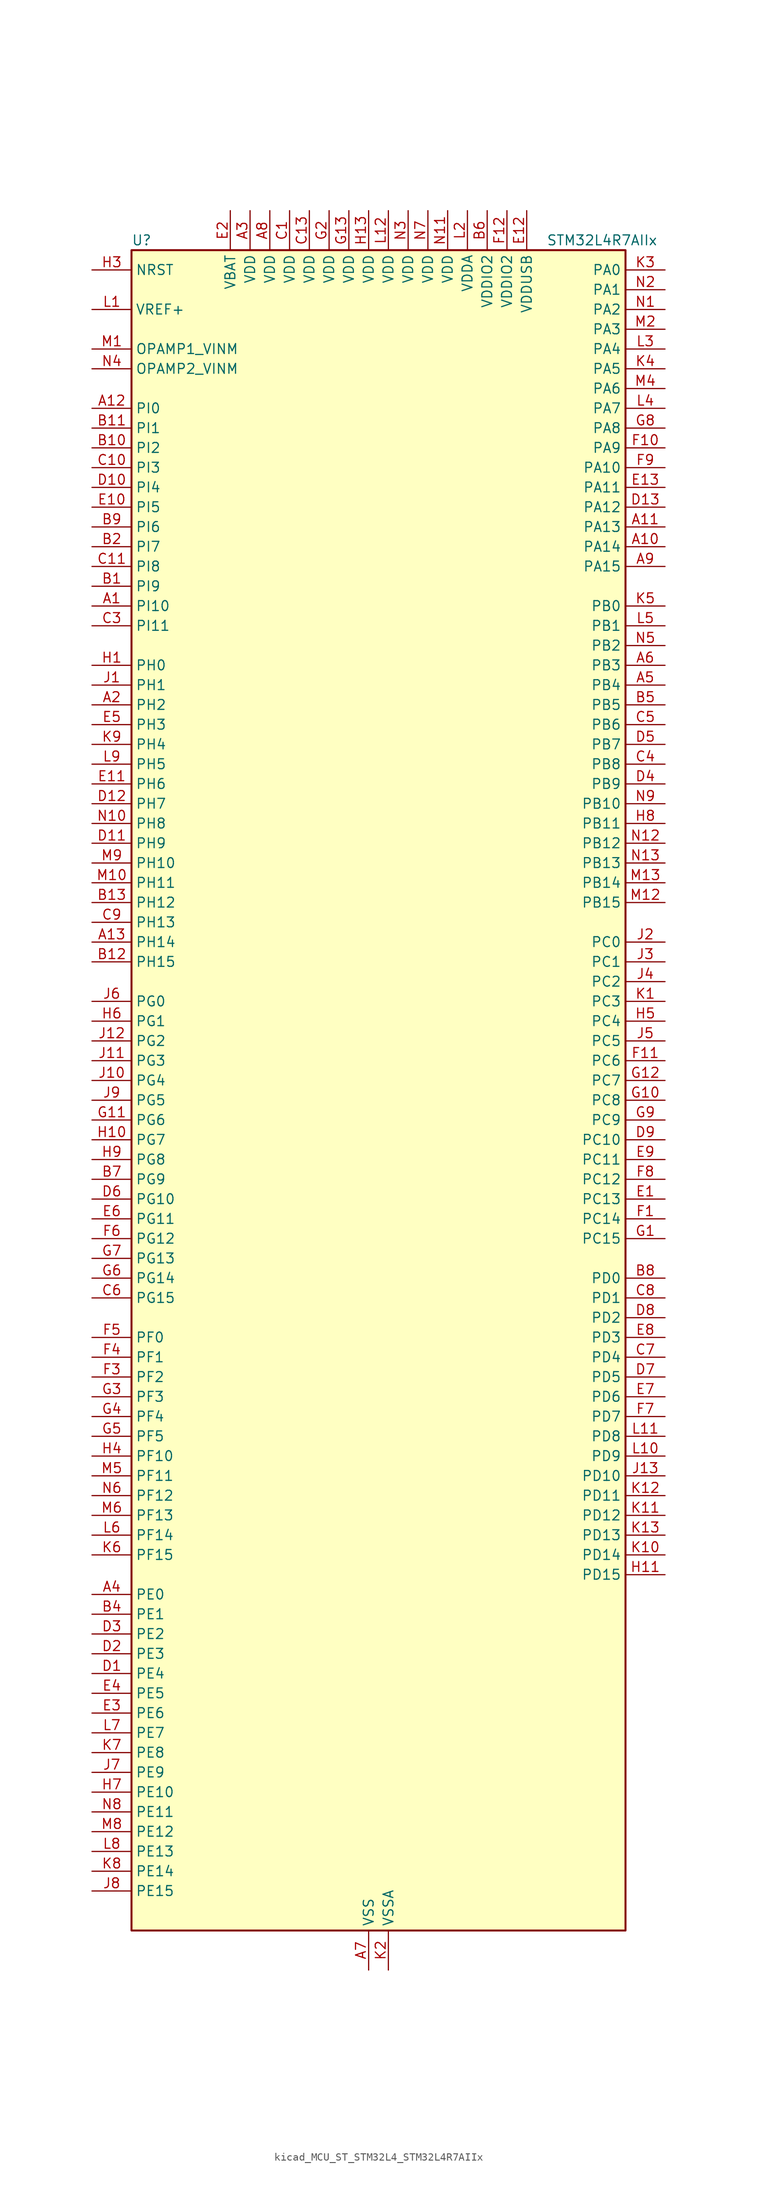
<source format=kicad_sym>
(kicad_symbol_lib
  (version 20220914)
  (generator kicad_symbol_editor)
  (symbol "kicad_MCU_ST_STM32L4_STM32L4R7AIIx"
    (property "Reference" "U"
      (at -30.48 110.49 0)
      (effects (font (size 1.27 1.27)) (justify left)))
    (property "Value" "STM32L4R7AIIx"
      (at 22.86 110.49 0)
      (effects (font (size 1.27 1.27)) (justify left)))
    (property "ki_locked" ""
      (at 0 0 0)
      (effects (font (size 1.27 1.27))))
    (symbol "kicad_MCU_ST_STM32L4_STM32L4R7AIIx_0_1"
      (rectangle (start -30.48 -106.68) (end 33.02 109.22) (stroke (width 0.254) (type default)) (fill (type background))))
    (symbol "kicad_MCU_ST_STM32L4_STM32L4R7AIIx_1_1"
      (pin bidirectional line (at -35.56 63.5 0) (length 5.08) (name "PI10" (effects (font (size 1.27 1.27)))) (number "A1" (effects (font (size 1.27 1.27)))) (alternate "OCTOSPIM_P2_IO1" bidirectional line))
      (pin bidirectional line (at 38.1 71.12 180) (length 5.08) (name "PA14" (effects (font (size 1.27 1.27)))) (number "A10" (effects (font (size 1.27 1.27)))) (alternate "I2C1_SMBA" bidirectional line) (alternate "I2C4_SMBA" bidirectional line) (alternate "LPTIM1_OUT" bidirectional line) (alternate "SAI1_FS_B" bidirectional line) (alternate "SYS_JTCK-SWCLK" bidirectional line) (alternate "USB_OTG_FS_SOF" bidirectional line))
      (pin bidirectional line (at 38.1 73.66 180) (length 5.08) (name "PA13" (effects (font (size 1.27 1.27)))) (number "A11" (effects (font (size 1.27 1.27)))) (alternate "IR_OUT" bidirectional line) (alternate "SAI1_SD_B" bidirectional line) (alternate "SYS_JTMS-SWDIO" bidirectional line) (alternate "USB_OTG_FS_NOE" bidirectional line))
      (pin bidirectional line (at -35.56 88.9 0) (length 5.08) (name "PI0" (effects (font (size 1.27 1.27)))) (number "A12" (effects (font (size 1.27 1.27)))) (alternate "DCMI_D13" bidirectional line) (alternate "OCTOSPIM_P1_IO5" bidirectional line) (alternate "SPI2_NSS" bidirectional line) (alternate "TIM5_CH4" bidirectional line))
      (pin bidirectional line (at -35.56 20.32 0) (length 5.08) (name "PH14" (effects (font (size 1.27 1.27)))) (number "A13" (effects (font (size 1.27 1.27)))) (alternate "DCMI_D4" bidirectional line) (alternate "TIM8_CH2N" bidirectional line))
      (pin bidirectional line (at -35.56 50.8 0) (length 5.08) (name "PH2" (effects (font (size 1.27 1.27)))) (number "A2" (effects (font (size 1.27 1.27)))) (alternate "OCTOSPIM_P1_IO4" bidirectional line))
      (pin power_in line (at -15.24 114.3 270) (length 5.08) (name "VDD" (effects (font (size 1.27 1.27)))) (number "A3" (effects (font (size 1.27 1.27)))))
      (pin bidirectional line (at -35.56 -63.5 0) (length 5.08) (name "PE0" (effects (font (size 1.27 1.27)))) (number "A4" (effects (font (size 1.27 1.27)))) (alternate "DCMI_D2" bidirectional line) (alternate "FMC_NBL0" bidirectional line) (alternate "LTDC_HSYNC" bidirectional line) (alternate "TIM16_CH1" bidirectional line) (alternate "TIM4_ETR" bidirectional line))
      (pin bidirectional line (at 38.1 53.34 180) (length 5.08) (name "PB4" (effects (font (size 1.27 1.27)))) (number "A5" (effects (font (size 1.27 1.27)))) (alternate "COMP2_INP" bidirectional line) (alternate "DCMI_D12" bidirectional line) (alternate "I2C3_SDA" bidirectional line) (alternate "SAI1_MCLK_B" bidirectional line) (alternate "SPI1_MISO" bidirectional line) (alternate "SPI3_MISO" bidirectional line) (alternate "SYS_JTRST" bidirectional line) (alternate "TIM17_BKIN" bidirectional line) (alternate "TIM3_CH1" bidirectional line) (alternate "TSC_G2_IO1" bidirectional line) (alternate "UART5_DE" bidirectional line) (alternate "UART5_RTS" bidirectional line) (alternate "USART1_CTS" bidirectional line) (alternate "USART1_NSS" bidirectional line))
      (pin bidirectional line (at 38.1 55.88 180) (length 5.08) (name "PB3" (effects (font (size 1.27 1.27)))) (number "A6" (effects (font (size 1.27 1.27)))) (alternate "COMP2_INM" bidirectional line) (alternate "CRS_SYNC" bidirectional line) (alternate "SAI1_SCK_B" bidirectional line) (alternate "SPI1_SCK" bidirectional line) (alternate "SPI3_SCK" bidirectional line) (alternate "SYS_JTDO-SWO" bidirectional line) (alternate "TIM2_CH2" bidirectional line) (alternate "USART1_DE" bidirectional line) (alternate "USART1_RTS" bidirectional line))
      (pin power_in line (at 0 -111.76 90) (length 5.08) (name "VSS" (effects (font (size 1.27 1.27)))) (number "A7" (effects (font (size 1.27 1.27)))))
      (pin power_in line (at -12.7 114.3 270) (length 5.08) (name "VDD" (effects (font (size 1.27 1.27)))) (number "A8" (effects (font (size 1.27 1.27)))))
      (pin bidirectional line (at 38.1 68.58 180) (length 5.08) (name "PA15" (effects (font (size 1.27 1.27)))) (number "A9" (effects (font (size 1.27 1.27)))) (alternate "ADC1_EXTI15" bidirectional line) (alternate "SAI2_FS_B" bidirectional line) (alternate "SPI1_NSS" bidirectional line) (alternate "SPI3_NSS" bidirectional line) (alternate "SYS_JTDI" bidirectional line) (alternate "TIM2_CH1" bidirectional line) (alternate "TIM2_ETR" bidirectional line) (alternate "TSC_G3_IO1" bidirectional line) (alternate "UART4_DE" bidirectional line) (alternate "UART4_RTS" bidirectional line) (alternate "USART2_RX" bidirectional line) (alternate "USART3_DE" bidirectional line) (alternate "USART3_RTS" bidirectional line))
      (pin bidirectional line (at -35.56 66.04 0) (length 5.08) (name "PI9" (effects (font (size 1.27 1.27)))) (number "B1" (effects (font (size 1.27 1.27)))) (alternate "CAN1_RX" bidirectional line) (alternate "DAC1_EXTI9" bidirectional line) (alternate "OCTOSPIM_P2_IO2" bidirectional line))
      (pin bidirectional line (at -35.56 83.82 0) (length 5.08) (name "PI2" (effects (font (size 1.27 1.27)))) (number "B10" (effects (font (size 1.27 1.27)))) (alternate "DCMI_D9" bidirectional line) (alternate "SPI2_MISO" bidirectional line) (alternate "TIM8_CH4" bidirectional line))
      (pin bidirectional line (at -35.56 86.36 0) (length 5.08) (name "PI1" (effects (font (size 1.27 1.27)))) (number "B11" (effects (font (size 1.27 1.27)))) (alternate "DCMI_D8" bidirectional line) (alternate "SPI2_SCK" bidirectional line))
      (pin bidirectional line (at -35.56 17.78 0) (length 5.08) (name "PH15" (effects (font (size 1.27 1.27)))) (number "B12" (effects (font (size 1.27 1.27)))) (alternate "ADC1_EXTI15" bidirectional line) (alternate "DCMI_D11" bidirectional line) (alternate "OCTOSPIM_P2_IO6" bidirectional line) (alternate "TIM8_CH3N" bidirectional line))
      (pin bidirectional line (at -35.56 25.4 0) (length 5.08) (name "PH12" (effects (font (size 1.27 1.27)))) (number "B13" (effects (font (size 1.27 1.27)))) (alternate "DCMI_D3" bidirectional line) (alternate "OCTOSPIM_P2_IO7" bidirectional line) (alternate "TIM5_CH3" bidirectional line))
      (pin bidirectional line (at -35.56 71.12 0) (length 5.08) (name "PI7" (effects (font (size 1.27 1.27)))) (number "B2" (effects (font (size 1.27 1.27)))) (alternate "DCMI_D7" bidirectional line) (alternate "TIM8_CH3" bidirectional line))
      (pin passive line (at 0 -111.76 90) (length 5.08) hide (name "VSS" (effects (font (size 1.27 1.27)))) (number "B3" (effects (font (size 1.27 1.27)))))
      (pin bidirectional line (at -35.56 -66.04 0) (length 5.08) (name "PE1" (effects (font (size 1.27 1.27)))) (number "B4" (effects (font (size 1.27 1.27)))) (alternate "DCMI_D3" bidirectional line) (alternate "FMC_NBL1" bidirectional line) (alternate "LTDC_VSYNC" bidirectional line) (alternate "TIM17_CH1" bidirectional line))
      (pin bidirectional line (at 38.1 50.8 180) (length 5.08) (name "PB5" (effects (font (size 1.27 1.27)))) (number "B5" (effects (font (size 1.27 1.27)))) (alternate "COMP2_OUT" bidirectional line) (alternate "DCMI_D10" bidirectional line) (alternate "I2C1_SMBA" bidirectional line) (alternate "LPTIM1_IN1" bidirectional line) (alternate "SAI1_SD_B" bidirectional line) (alternate "SPI1_MOSI" bidirectional line) (alternate "SPI3_MOSI" bidirectional line) (alternate "TIM16_BKIN" bidirectional line) (alternate "TIM3_CH2" bidirectional line) (alternate "TSC_G2_IO2" bidirectional line) (alternate "UART5_CTS" bidirectional line) (alternate "USART1_CK" bidirectional line))
      (pin power_in line (at 15.24 114.3 270) (length 5.08) (name "VDDIO2" (effects (font (size 1.27 1.27)))) (number "B6" (effects (font (size 1.27 1.27)))))
      (pin bidirectional line (at -35.56 -10.16 0) (length 5.08) (name "PG9" (effects (font (size 1.27 1.27)))) (number "B7" (effects (font (size 1.27 1.27)))) (alternate "DAC1_EXTI9" bidirectional line) (alternate "FMC_NCE" bidirectional line) (alternate "FMC_NE2" bidirectional line) (alternate "OCTOSPIM_P2_IO6" bidirectional line) (alternate "SAI2_SCK_A" bidirectional line) (alternate "SPI3_SCK" bidirectional line) (alternate "TIM15_CH1N" bidirectional line) (alternate "USART1_TX" bidirectional line))
      (pin bidirectional line (at 38.1 -22.86 180) (length 5.08) (name "PD0" (effects (font (size 1.27 1.27)))) (number "B8" (effects (font (size 1.27 1.27)))) (alternate "CAN1_RX" bidirectional line) (alternate "DFSDM1_DATIN7" bidirectional line) (alternate "FMC_D2" bidirectional line) (alternate "FMC_DA2" bidirectional line) (alternate "LTDC_B4" bidirectional line) (alternate "SPI2_NSS" bidirectional line))
      (pin bidirectional line (at -35.56 73.66 0) (length 5.08) (name "PI6" (effects (font (size 1.27 1.27)))) (number "B9" (effects (font (size 1.27 1.27)))) (alternate "DCMI_D6" bidirectional line) (alternate "OCTOSPIM_P2_CLK" bidirectional line) (alternate "TIM8_CH2" bidirectional line))
      (pin power_in line (at -10.16 114.3 270) (length 5.08) (name "VDD" (effects (font (size 1.27 1.27)))) (number "C1" (effects (font (size 1.27 1.27)))))
      (pin bidirectional line (at -35.56 81.28 0) (length 5.08) (name "PI3" (effects (font (size 1.27 1.27)))) (number "C10" (effects (font (size 1.27 1.27)))) (alternate "DCMI_D10" bidirectional line) (alternate "SPI2_MOSI" bidirectional line) (alternate "TIM8_ETR" bidirectional line))
      (pin bidirectional line (at -35.56 68.58 0) (length 5.08) (name "PI8" (effects (font (size 1.27 1.27)))) (number "C11" (effects (font (size 1.27 1.27)))) (alternate "DCMI_D12" bidirectional line) (alternate "OCTOSPIM_P2_NCS" bidirectional line))
      (pin passive line (at 0 -111.76 90) (length 5.08) hide (name "VSS" (effects (font (size 1.27 1.27)))) (number "C12" (effects (font (size 1.27 1.27)))))
      (pin power_in line (at -7.62 114.3 270) (length 5.08) (name "VDD" (effects (font (size 1.27 1.27)))) (number "C13" (effects (font (size 1.27 1.27)))))
      (pin passive line (at 0 -111.76 90) (length 5.08) hide (name "VSS" (effects (font (size 1.27 1.27)))) (number "C2" (effects (font (size 1.27 1.27)))))
      (pin bidirectional line (at -35.56 60.96 0) (length 5.08) (name "PI11" (effects (font (size 1.27 1.27)))) (number "C3" (effects (font (size 1.27 1.27)))) (alternate "ADC1_EXTI11" bidirectional line) (alternate "OCTOSPIM_P2_IO0" bidirectional line))
      (pin bidirectional line (at 38.1 43.18 180) (length 5.08) (name "PB8" (effects (font (size 1.27 1.27)))) (number "C4" (effects (font (size 1.27 1.27)))) (alternate "CAN1_RX" bidirectional line) (alternate "DCMI_D6" bidirectional line) (alternate "DFSDM1_CKOUT" bidirectional line) (alternate "DFSDM1_DATIN6" bidirectional line) (alternate "I2C1_SCL" bidirectional line) (alternate "LTDC_B1" bidirectional line) (alternate "SAI1_CK1" bidirectional line) (alternate "SAI1_MCLK_A" bidirectional line) (alternate "SDMMC1_CKIN" bidirectional line) (alternate "SDMMC1_D4" bidirectional line) (alternate "TIM16_CH1" bidirectional line) (alternate "TIM4_CH3" bidirectional line))
      (pin bidirectional line (at 38.1 48.26 180) (length 5.08) (name "PB6" (effects (font (size 1.27 1.27)))) (number "C5" (effects (font (size 1.27 1.27)))) (alternate "COMP2_INP" bidirectional line) (alternate "DCMI_D5" bidirectional line) (alternate "DFSDM1_DATIN5" bidirectional line) (alternate "I2C1_SCL" bidirectional line) (alternate "I2C4_SCL" bidirectional line) (alternate "LPTIM1_ETR" bidirectional line) (alternate "SAI1_FS_B" bidirectional line) (alternate "TIM16_CH1N" bidirectional line) (alternate "TIM4_CH1" bidirectional line) (alternate "TIM8_BKIN2" bidirectional line) (alternate "TSC_G2_IO3" bidirectional line) (alternate "USART1_TX" bidirectional line))
      (pin bidirectional line (at -35.56 -25.4 0) (length 5.08) (name "PG15" (effects (font (size 1.27 1.27)))) (number "C6" (effects (font (size 1.27 1.27)))) (alternate "ADC1_EXTI15" bidirectional line) (alternate "DCMI_D13" bidirectional line) (alternate "I2C1_SMBA" bidirectional line) (alternate "LPTIM1_OUT" bidirectional line) (alternate "OCTOSPIM_P2_DQS" bidirectional line))
      (pin bidirectional line (at 38.1 -33.02 180) (length 5.08) (name "PD4" (effects (font (size 1.27 1.27)))) (number "C7" (effects (font (size 1.27 1.27)))) (alternate "DFSDM1_CKIN0" bidirectional line) (alternate "FMC_NOE" bidirectional line) (alternate "OCTOSPIM_P1_IO4" bidirectional line) (alternate "SPI2_MOSI" bidirectional line) (alternate "USART2_DE" bidirectional line) (alternate "USART2_RTS" bidirectional line))
      (pin bidirectional line (at 38.1 -25.4 180) (length 5.08) (name "PD1" (effects (font (size 1.27 1.27)))) (number "C8" (effects (font (size 1.27 1.27)))) (alternate "CAN1_TX" bidirectional line) (alternate "DFSDM1_CKIN7" bidirectional line) (alternate "FMC_D3" bidirectional line) (alternate "FMC_DA3" bidirectional line) (alternate "LTDC_B5" bidirectional line) (alternate "SPI2_SCK" bidirectional line))
      (pin bidirectional line (at -35.56 22.86 0) (length 5.08) (name "PH13" (effects (font (size 1.27 1.27)))) (number "C9" (effects (font (size 1.27 1.27)))) (alternate "CAN1_TX" bidirectional line) (alternate "TIM8_CH1N" bidirectional line))
      (pin bidirectional line (at -35.56 -73.66 0) (length 5.08) (name "PE4" (effects (font (size 1.27 1.27)))) (number "D1" (effects (font (size 1.27 1.27)))) (alternate "DCMI_D4" bidirectional line) (alternate "DFSDM1_DATIN3" bidirectional line) (alternate "FMC_A20" bidirectional line) (alternate "LTDC_B0" bidirectional line) (alternate "SAI1_D2" bidirectional line) (alternate "SAI1_FS_A" bidirectional line) (alternate "SYS_TRACED1" bidirectional line) (alternate "TIM3_CH2" bidirectional line) (alternate "TSC_G7_IO3" bidirectional line))
      (pin bidirectional line (at -35.56 78.74 0) (length 5.08) (name "PI4" (effects (font (size 1.27 1.27)))) (number "D10" (effects (font (size 1.27 1.27)))) (alternate "DCMI_D5" bidirectional line) (alternate "TIM8_BKIN" bidirectional line))
      (pin bidirectional line (at -35.56 33.02 0) (length 5.08) (name "PH9" (effects (font (size 1.27 1.27)))) (number "D11" (effects (font (size 1.27 1.27)))) (alternate "DAC1_EXTI9" bidirectional line) (alternate "DCMI_D0" bidirectional line) (alternate "I2C3_SMBA" bidirectional line) (alternate "OCTOSPIM_P2_IO4" bidirectional line))
      (pin bidirectional line (at -35.56 38.1 0) (length 5.08) (name "PH7" (effects (font (size 1.27 1.27)))) (number "D12" (effects (font (size 1.27 1.27)))) (alternate "DCMI_D9" bidirectional line) (alternate "I2C3_SCL" bidirectional line))
      (pin bidirectional line (at 38.1 76.2 180) (length 5.08) (name "PA12" (effects (font (size 1.27 1.27)))) (number "D13" (effects (font (size 1.27 1.27)))) (alternate "CAN1_TX" bidirectional line) (alternate "SPI1_MOSI" bidirectional line) (alternate "TIM1_ETR" bidirectional line) (alternate "USART1_DE" bidirectional line) (alternate "USART1_RTS" bidirectional line) (alternate "USB_OTG_FS_DP" bidirectional line))
      (pin bidirectional line (at -35.56 -71.12 0) (length 5.08) (name "PE3" (effects (font (size 1.27 1.27)))) (number "D2" (effects (font (size 1.27 1.27)))) (alternate "FMC_A19" bidirectional line) (alternate "LTDC_R1" bidirectional line) (alternate "OCTOSPIM_P1_DQS" bidirectional line) (alternate "SAI1_SD_B" bidirectional line) (alternate "SYS_TRACED0" bidirectional line) (alternate "TIM3_CH1" bidirectional line) (alternate "TSC_G7_IO2" bidirectional line))
      (pin bidirectional line (at -35.56 -68.58 0) (length 5.08) (name "PE2" (effects (font (size 1.27 1.27)))) (number "D3" (effects (font (size 1.27 1.27)))) (alternate "FMC_A23" bidirectional line) (alternate "LTDC_R0" bidirectional line) (alternate "SAI1_CK1" bidirectional line) (alternate "SAI1_MCLK_A" bidirectional line) (alternate "SYS_TRACECLK" bidirectional line) (alternate "TIM3_ETR" bidirectional line) (alternate "TSC_G7_IO1" bidirectional line))
      (pin bidirectional line (at 38.1 40.64 180) (length 5.08) (name "PB9" (effects (font (size 1.27 1.27)))) (number "D4" (effects (font (size 1.27 1.27)))) (alternate "CAN1_TX" bidirectional line) (alternate "DAC1_EXTI9" bidirectional line) (alternate "DCMI_D7" bidirectional line) (alternate "DFSDM1_CKIN6" bidirectional line) (alternate "I2C1_SDA" bidirectional line) (alternate "IR_OUT" bidirectional line) (alternate "SAI1_D2" bidirectional line) (alternate "SAI1_FS_A" bidirectional line) (alternate "SDMMC1_CDIR" bidirectional line) (alternate "SDMMC1_D5" bidirectional line) (alternate "SPI2_NSS" bidirectional line) (alternate "TIM17_CH1" bidirectional line) (alternate "TIM4_CH4" bidirectional line))
      (pin bidirectional line (at 38.1 45.72 180) (length 5.08) (name "PB7" (effects (font (size 1.27 1.27)))) (number "D5" (effects (font (size 1.27 1.27)))) (alternate "COMP2_INM" bidirectional line) (alternate "DCMI_VSYNC" bidirectional line) (alternate "DFSDM1_CKIN5" bidirectional line) (alternate "FMC_NL" bidirectional line) (alternate "I2C1_SDA" bidirectional line) (alternate "I2C4_SDA" bidirectional line) (alternate "LPTIM1_IN2" bidirectional line) (alternate "SYS_PVD_IN" bidirectional line) (alternate "TIM17_CH1N" bidirectional line) (alternate "TIM4_CH2" bidirectional line) (alternate "TIM8_BKIN" bidirectional line) (alternate "TSC_G2_IO4" bidirectional line) (alternate "UART4_CTS" bidirectional line) (alternate "USART1_RX" bidirectional line))
      (pin bidirectional line (at -35.56 -12.7 0) (length 5.08) (name "PG10" (effects (font (size 1.27 1.27)))) (number "D6" (effects (font (size 1.27 1.27)))) (alternate "FMC_NE3" bidirectional line) (alternate "LPTIM1_IN1" bidirectional line) (alternate "OCTOSPIM_P2_IO7" bidirectional line) (alternate "SAI2_FS_A" bidirectional line) (alternate "SPI3_MISO" bidirectional line) (alternate "TIM15_CH1" bidirectional line) (alternate "USART1_RX" bidirectional line))
      (pin bidirectional line (at 38.1 -35.56 180) (length 5.08) (name "PD5" (effects (font (size 1.27 1.27)))) (number "D7" (effects (font (size 1.27 1.27)))) (alternate "FMC_NWE" bidirectional line) (alternate "OCTOSPIM_P1_IO5" bidirectional line) (alternate "USART2_TX" bidirectional line))
      (pin bidirectional line (at 38.1 -27.94 180) (length 5.08) (name "PD2" (effects (font (size 1.27 1.27)))) (number "D8" (effects (font (size 1.27 1.27)))) (alternate "DCMI_D11" bidirectional line) (alternate "SDMMC1_CMD" bidirectional line) (alternate "SYS_TRACED2" bidirectional line) (alternate "TIM3_ETR" bidirectional line) (alternate "TSC_SYNC" bidirectional line) (alternate "UART5_RX" bidirectional line) (alternate "USART3_DE" bidirectional line) (alternate "USART3_RTS" bidirectional line))
      (pin bidirectional line (at 38.1 -5.08 180) (length 5.08) (name "PC10" (effects (font (size 1.27 1.27)))) (number "D9" (effects (font (size 1.27 1.27)))) (alternate "DCMI_D8" bidirectional line) (alternate "SAI2_SCK_B" bidirectional line) (alternate "SDMMC1_D2" bidirectional line) (alternate "SPI3_SCK" bidirectional line) (alternate "SYS_TRACED1" bidirectional line) (alternate "TSC_G3_IO2" bidirectional line) (alternate "UART4_TX" bidirectional line) (alternate "USART3_TX" bidirectional line))
      (pin bidirectional line (at 38.1 -12.7 180) (length 5.08) (name "PC13" (effects (font (size 1.27 1.27)))) (number "E1" (effects (font (size 1.27 1.27)))) (alternate "RTC_OUT_ALARM" bidirectional line) (alternate "RTC_OUT_CALIB" bidirectional line) (alternate "RTC_TAMP1" bidirectional line) (alternate "RTC_TS" bidirectional line) (alternate "SYS_WKUP2" bidirectional line))
      (pin bidirectional line (at -35.56 76.2 0) (length 5.08) (name "PI5" (effects (font (size 1.27 1.27)))) (number "E10" (effects (font (size 1.27 1.27)))) (alternate "DCMI_VSYNC" bidirectional line) (alternate "OCTOSPIM_P2_NCS" bidirectional line) (alternate "TIM8_CH1" bidirectional line))
      (pin bidirectional line (at -35.56 40.64 0) (length 5.08) (name "PH6" (effects (font (size 1.27 1.27)))) (number "E11" (effects (font (size 1.27 1.27)))) (alternate "DCMI_D8" bidirectional line) (alternate "I2C2_SMBA" bidirectional line) (alternate "OCTOSPIM_P2_CLK" bidirectional line))
      (pin power_in line (at 20.32 114.3 270) (length 5.08) (name "VDDUSB" (effects (font (size 1.27 1.27)))) (number "E12" (effects (font (size 1.27 1.27)))))
      (pin bidirectional line (at 38.1 78.74 180) (length 5.08) (name "PA11" (effects (font (size 1.27 1.27)))) (number "E13" (effects (font (size 1.27 1.27)))) (alternate "ADC1_EXTI11" bidirectional line) (alternate "CAN1_RX" bidirectional line) (alternate "SPI1_MISO" bidirectional line) (alternate "TIM1_BKIN2" bidirectional line) (alternate "TIM1_CH4" bidirectional line) (alternate "USART1_CTS" bidirectional line) (alternate "USART1_NSS" bidirectional line) (alternate "USB_OTG_FS_DM" bidirectional line))
      (pin power_in line (at -17.78 114.3 270) (length 5.08) (name "VBAT" (effects (font (size 1.27 1.27)))) (number "E2" (effects (font (size 1.27 1.27)))))
      (pin bidirectional line (at -35.56 -78.74 0) (length 5.08) (name "PE6" (effects (font (size 1.27 1.27)))) (number "E3" (effects (font (size 1.27 1.27)))) (alternate "DCMI_D7" bidirectional line) (alternate "FMC_A22" bidirectional line) (alternate "LTDC_G1" bidirectional line) (alternate "RTC_TAMP3" bidirectional line) (alternate "SAI1_D1" bidirectional line) (alternate "SAI1_SD_A" bidirectional line) (alternate "SYS_TRACED3" bidirectional line) (alternate "SYS_WKUP3" bidirectional line) (alternate "TIM3_CH4" bidirectional line))
      (pin bidirectional line (at -35.56 -76.2 0) (length 5.08) (name "PE5" (effects (font (size 1.27 1.27)))) (number "E4" (effects (font (size 1.27 1.27)))) (alternate "DCMI_D6" bidirectional line) (alternate "DFSDM1_CKIN3" bidirectional line) (alternate "FMC_A21" bidirectional line) (alternate "LTDC_G0" bidirectional line) (alternate "SAI1_CK2" bidirectional line) (alternate "SAI1_SCK_A" bidirectional line) (alternate "SYS_TRACED2" bidirectional line) (alternate "TIM3_CH3" bidirectional line) (alternate "TSC_G7_IO4" bidirectional line))
      (pin bidirectional line (at -35.56 48.26 0) (length 5.08) (name "PH3" (effects (font (size 1.27 1.27)))) (number "E5" (effects (font (size 1.27 1.27)))))
      (pin bidirectional line (at -35.56 -15.24 0) (length 5.08) (name "PG11" (effects (font (size 1.27 1.27)))) (number "E6" (effects (font (size 1.27 1.27)))) (alternate "ADC1_EXTI11" bidirectional line) (alternate "LPTIM1_IN2" bidirectional line) (alternate "OCTOSPIM_P1_IO5" bidirectional line) (alternate "SAI2_MCLK_A" bidirectional line) (alternate "SPI3_MOSI" bidirectional line) (alternate "TIM15_CH2" bidirectional line) (alternate "USART1_CTS" bidirectional line) (alternate "USART1_NSS" bidirectional line))
      (pin bidirectional line (at 38.1 -38.1 180) (length 5.08) (name "PD6" (effects (font (size 1.27 1.27)))) (number "E7" (effects (font (size 1.27 1.27)))) (alternate "DCMI_D10" bidirectional line) (alternate "DFSDM1_DATIN1" bidirectional line) (alternate "FMC_NWAIT" bidirectional line) (alternate "LTDC_DE" bidirectional line) (alternate "OCTOSPIM_P1_IO6" bidirectional line) (alternate "SAI1_D1" bidirectional line) (alternate "SAI1_SD_A" bidirectional line) (alternate "SPI3_MOSI" bidirectional line) (alternate "USART2_RX" bidirectional line))
      (pin bidirectional line (at 38.1 -30.48 180) (length 5.08) (name "PD3" (effects (font (size 1.27 1.27)))) (number "E8" (effects (font (size 1.27 1.27)))) (alternate "DCMI_D5" bidirectional line) (alternate "DFSDM1_DATIN0" bidirectional line) (alternate "FMC_CLK" bidirectional line) (alternate "LTDC_CLK" bidirectional line) (alternate "OCTOSPIM_P2_NCS" bidirectional line) (alternate "SPI2_MISO" bidirectional line) (alternate "SPI2_SCK" bidirectional line) (alternate "USART2_CTS" bidirectional line) (alternate "USART2_NSS" bidirectional line))
      (pin bidirectional line (at 38.1 -7.62 180) (length 5.08) (name "PC11" (effects (font (size 1.27 1.27)))) (number "E9" (effects (font (size 1.27 1.27)))) (alternate "ADC1_EXTI11" bidirectional line) (alternate "DCMI_D2" bidirectional line) (alternate "DCMI_D4" bidirectional line) (alternate "OCTOSPIM_P1_NCS" bidirectional line) (alternate "SAI2_MCLK_B" bidirectional line) (alternate "SDMMC1_D3" bidirectional line) (alternate "SPI3_MISO" bidirectional line) (alternate "TSC_G3_IO3" bidirectional line) (alternate "UART4_RX" bidirectional line) (alternate "USART3_RX" bidirectional line))
      (pin bidirectional line (at 38.1 -15.24 180) (length 5.08) (name "PC14" (effects (font (size 1.27 1.27)))) (number "F1" (effects (font (size 1.27 1.27)))) (alternate "RCC_OSC32_IN" bidirectional line))
      (pin bidirectional line (at 38.1 83.82 180) (length 5.08) (name "PA9" (effects (font (size 1.27 1.27)))) (number "F10" (effects (font (size 1.27 1.27)))) (alternate "DAC1_EXTI9" bidirectional line) (alternate "DCMI_D0" bidirectional line) (alternate "SAI1_FS_A" bidirectional line) (alternate "SPI2_SCK" bidirectional line) (alternate "TIM15_BKIN" bidirectional line) (alternate "TIM1_CH2" bidirectional line) (alternate "USART1_TX" bidirectional line) (alternate "USB_OTG_FS_VBUS" bidirectional line))
      (pin bidirectional line (at 38.1 5.08 180) (length 5.08) (name "PC6" (effects (font (size 1.27 1.27)))) (number "F11" (effects (font (size 1.27 1.27)))) (alternate "DCMI_D0" bidirectional line) (alternate "DFSDM1_CKIN3" bidirectional line) (alternate "LTDC_R0" bidirectional line) (alternate "SAI2_MCLK_A" bidirectional line) (alternate "SDMMC1_D0DIR" bidirectional line) (alternate "SDMMC1_D6" bidirectional line) (alternate "TIM3_CH1" bidirectional line) (alternate "TIM8_CH1" bidirectional line) (alternate "TSC_G4_IO1" bidirectional line))
      (pin power_in line (at 17.78 114.3 270) (length 5.08) (name "VDDIO2" (effects (font (size 1.27 1.27)))) (number "F12" (effects (font (size 1.27 1.27)))))
      (pin passive line (at 0 -111.76 90) (length 5.08) hide (name "VSS" (effects (font (size 1.27 1.27)))) (number "F13" (effects (font (size 1.27 1.27)))))
      (pin passive line (at 0 -111.76 90) (length 5.08) hide (name "VSS" (effects (font (size 1.27 1.27)))) (number "F2" (effects (font (size 1.27 1.27)))))
      (pin bidirectional line (at -35.56 -35.56 0) (length 5.08) (name "PF2" (effects (font (size 1.27 1.27)))) (number "F3" (effects (font (size 1.27 1.27)))) (alternate "FMC_A2" bidirectional line) (alternate "I2C2_SMBA" bidirectional line) (alternate "OCTOSPIM_P2_IO2" bidirectional line))
      (pin bidirectional line (at -35.56 -33.02 0) (length 5.08) (name "PF1" (effects (font (size 1.27 1.27)))) (number "F4" (effects (font (size 1.27 1.27)))) (alternate "FMC_A1" bidirectional line) (alternate "I2C2_SCL" bidirectional line) (alternate "OCTOSPIM_P2_IO1" bidirectional line))
      (pin bidirectional line (at -35.56 -30.48 0) (length 5.08) (name "PF0" (effects (font (size 1.27 1.27)))) (number "F5" (effects (font (size 1.27 1.27)))) (alternate "FMC_A0" bidirectional line) (alternate "I2C2_SDA" bidirectional line) (alternate "OCTOSPIM_P2_IO0" bidirectional line))
      (pin bidirectional line (at -35.56 -17.78 0) (length 5.08) (name "PG12" (effects (font (size 1.27 1.27)))) (number "F6" (effects (font (size 1.27 1.27)))) (alternate "FMC_NE4" bidirectional line) (alternate "LPTIM1_ETR" bidirectional line) (alternate "OCTOSPIM_P2_NCS" bidirectional line) (alternate "SAI2_SD_A" bidirectional line) (alternate "SPI3_NSS" bidirectional line) (alternate "USART1_DE" bidirectional line) (alternate "USART1_RTS" bidirectional line))
      (pin bidirectional line (at 38.1 -40.64 180) (length 5.08) (name "PD7" (effects (font (size 1.27 1.27)))) (number "F7" (effects (font (size 1.27 1.27)))) (alternate "DFSDM1_CKIN1" bidirectional line) (alternate "FMC_NCE" bidirectional line) (alternate "FMC_NE1" bidirectional line) (alternate "OCTOSPIM_P1_IO7" bidirectional line) (alternate "USART2_CK" bidirectional line))
      (pin bidirectional line (at 38.1 -10.16 180) (length 5.08) (name "PC12" (effects (font (size 1.27 1.27)))) (number "F8" (effects (font (size 1.27 1.27)))) (alternate "DCMI_D9" bidirectional line) (alternate "SAI2_SD_B" bidirectional line) (alternate "SDMMC1_CK" bidirectional line) (alternate "SPI3_MOSI" bidirectional line) (alternate "SYS_TRACED3" bidirectional line) (alternate "TSC_G3_IO4" bidirectional line) (alternate "UART5_TX" bidirectional line) (alternate "USART3_CK" bidirectional line))
      (pin bidirectional line (at 38.1 81.28 180) (length 5.08) (name "PA10" (effects (font (size 1.27 1.27)))) (number "F9" (effects (font (size 1.27 1.27)))) (alternate "DCMI_D1" bidirectional line) (alternate "SAI1_D1" bidirectional line) (alternate "SAI1_SD_A" bidirectional line) (alternate "TIM17_BKIN" bidirectional line) (alternate "TIM1_CH3" bidirectional line) (alternate "USART1_RX" bidirectional line) (alternate "USB_OTG_FS_ID" bidirectional line))
      (pin bidirectional line (at 38.1 -17.78 180) (length 5.08) (name "PC15" (effects (font (size 1.27 1.27)))) (number "G1" (effects (font (size 1.27 1.27)))) (alternate "ADC1_EXTI15" bidirectional line) (alternate "RCC_OSC32_OUT" bidirectional line))
      (pin bidirectional line (at 38.1 0 180) (length 5.08) (name "PC8" (effects (font (size 1.27 1.27)))) (number "G10" (effects (font (size 1.27 1.27)))) (alternate "DCMI_D2" bidirectional line) (alternate "SDMMC1_D0" bidirectional line) (alternate "TIM3_CH3" bidirectional line) (alternate "TIM8_CH3" bidirectional line) (alternate "TSC_G4_IO3" bidirectional line))
      (pin bidirectional line (at -35.56 -2.54 0) (length 5.08) (name "PG6" (effects (font (size 1.27 1.27)))) (number "G11" (effects (font (size 1.27 1.27)))) (alternate "I2C3_SMBA" bidirectional line) (alternate "LPUART1_DE" bidirectional line) (alternate "LPUART1_RTS" bidirectional line) (alternate "LTDC_R1" bidirectional line) (alternate "OCTOSPIM_P1_DQS" bidirectional line))
      (pin bidirectional line (at 38.1 2.54 180) (length 5.08) (name "PC7" (effects (font (size 1.27 1.27)))) (number "G12" (effects (font (size 1.27 1.27)))) (alternate "DCMI_D1" bidirectional line) (alternate "DFSDM1_DATIN3" bidirectional line) (alternate "LTDC_R1" bidirectional line) (alternate "SAI2_MCLK_B" bidirectional line) (alternate "SDMMC1_D123DIR" bidirectional line) (alternate "SDMMC1_D7" bidirectional line) (alternate "TIM3_CH2" bidirectional line) (alternate "TIM8_CH2" bidirectional line) (alternate "TSC_G4_IO2" bidirectional line))
      (pin power_in line (at -2.54 114.3 270) (length 5.08) (name "VDD" (effects (font (size 1.27 1.27)))) (number "G13" (effects (font (size 1.27 1.27)))))
      (pin power_in line (at -5.08 114.3 270) (length 5.08) (name "VDD" (effects (font (size 1.27 1.27)))) (number "G2" (effects (font (size 1.27 1.27)))))
      (pin bidirectional line (at -35.56 -38.1 0) (length 5.08) (name "PF3" (effects (font (size 1.27 1.27)))) (number "G3" (effects (font (size 1.27 1.27)))) (alternate "FMC_A3" bidirectional line) (alternate "OCTOSPIM_P2_IO3" bidirectional line))
      (pin bidirectional line (at -35.56 -40.64 0) (length 5.08) (name "PF4" (effects (font (size 1.27 1.27)))) (number "G4" (effects (font (size 1.27 1.27)))) (alternate "FMC_A4" bidirectional line) (alternate "OCTOSPIM_P2_CLK" bidirectional line))
      (pin bidirectional line (at -35.56 -43.18 0) (length 5.08) (name "PF5" (effects (font (size 1.27 1.27)))) (number "G5" (effects (font (size 1.27 1.27)))) (alternate "FMC_A5" bidirectional line))
      (pin bidirectional line (at -35.56 -22.86 0) (length 5.08) (name "PG14" (effects (font (size 1.27 1.27)))) (number "G6" (effects (font (size 1.27 1.27)))) (alternate "FMC_A25" bidirectional line) (alternate "I2C1_SCL" bidirectional line) (alternate "LTDC_R1" bidirectional line))
      (pin bidirectional line (at -35.56 -20.32 0) (length 5.08) (name "PG13" (effects (font (size 1.27 1.27)))) (number "G7" (effects (font (size 1.27 1.27)))) (alternate "FMC_A24" bidirectional line) (alternate "I2C1_SDA" bidirectional line) (alternate "LTDC_R0" bidirectional line) (alternate "USART1_CK" bidirectional line))
      (pin bidirectional line (at 38.1 86.36 180) (length 5.08) (name "PA8" (effects (font (size 1.27 1.27)))) (number "G8" (effects (font (size 1.27 1.27)))) (alternate "LPTIM2_OUT" bidirectional line) (alternate "RCC_MCO" bidirectional line) (alternate "SAI1_CK2" bidirectional line) (alternate "SAI1_SCK_A" bidirectional line) (alternate "TIM1_CH1" bidirectional line) (alternate "USART1_CK" bidirectional line) (alternate "USB_OTG_FS_SOF" bidirectional line))
      (pin bidirectional line (at 38.1 -2.54 180) (length 5.08) (name "PC9" (effects (font (size 1.27 1.27)))) (number "G9" (effects (font (size 1.27 1.27)))) (alternate "DAC1_EXTI9" bidirectional line) (alternate "DCMI_D3" bidirectional line) (alternate "I2C3_SDA" bidirectional line) (alternate "SAI2_EXTCLK" bidirectional line) (alternate "SDMMC1_D1" bidirectional line) (alternate "SYS_TRACED0" bidirectional line) (alternate "TIM3_CH4" bidirectional line) (alternate "TIM8_BKIN2" bidirectional line) (alternate "TIM8_CH4" bidirectional line) (alternate "TSC_G4_IO4" bidirectional line) (alternate "USB_OTG_FS_NOE" bidirectional line))
      (pin bidirectional line (at -35.56 55.88 0) (length 5.08) (name "PH0" (effects (font (size 1.27 1.27)))) (number "H1" (effects (font (size 1.27 1.27)))) (alternate "RCC_OSC_IN" bidirectional line))
      (pin bidirectional line (at -35.56 -5.08 0) (length 5.08) (name "PG7" (effects (font (size 1.27 1.27)))) (number "H10" (effects (font (size 1.27 1.27)))) (alternate "DFSDM1_CKOUT" bidirectional line) (alternate "FMC_INT" bidirectional line) (alternate "I2C3_SCL" bidirectional line) (alternate "LPUART1_TX" bidirectional line) (alternate "OCTOSPIM_P2_DQS" bidirectional line) (alternate "SAI1_CK1" bidirectional line) (alternate "SAI1_MCLK_A" bidirectional line))
      (pin bidirectional line (at 38.1 -60.96 180) (length 5.08) (name "PD15" (effects (font (size 1.27 1.27)))) (number "H11" (effects (font (size 1.27 1.27)))) (alternate "ADC1_EXTI15" bidirectional line) (alternate "FMC_D1" bidirectional line) (alternate "FMC_DA1" bidirectional line) (alternate "LTDC_B3" bidirectional line) (alternate "TIM4_CH4" bidirectional line))
      (pin passive line (at 0 -111.76 90) (length 5.08) hide (name "VSS" (effects (font (size 1.27 1.27)))) (number "H12" (effects (font (size 1.27 1.27)))))
      (pin power_in line (at 0 114.3 270) (length 5.08) (name "VDD" (effects (font (size 1.27 1.27)))) (number "H13" (effects (font (size 1.27 1.27)))))
      (pin passive line (at 0 -111.76 90) (length 5.08) hide (name "VSS" (effects (font (size 1.27 1.27)))) (number "H2" (effects (font (size 1.27 1.27)))))
      (pin input line (at -35.56 106.68 0) (length 5.08) (name "NRST" (effects (font (size 1.27 1.27)))) (number "H3" (effects (font (size 1.27 1.27)))))
      (pin bidirectional line (at -35.56 -45.72 0) (length 5.08) (name "PF10" (effects (font (size 1.27 1.27)))) (number "H4" (effects (font (size 1.27 1.27)))) (alternate "DCMI_D11" bidirectional line) (alternate "DFSDM1_CKOUT" bidirectional line) (alternate "OCTOSPIM_P1_CLK" bidirectional line) (alternate "SAI1_D3" bidirectional line) (alternate "TIM15_CH2" bidirectional line))
      (pin bidirectional line (at 38.1 10.16 180) (length 5.08) (name "PC4" (effects (font (size 1.27 1.27)))) (number "H5" (effects (font (size 1.27 1.27)))) (alternate "ADC1_IN13" bidirectional line) (alternate "COMP1_INM" bidirectional line) (alternate "OCTOSPIM_P1_IO7" bidirectional line) (alternate "USART3_TX" bidirectional line))
      (pin bidirectional line (at -35.56 10.16 0) (length 5.08) (name "PG1" (effects (font (size 1.27 1.27)))) (number "H6" (effects (font (size 1.27 1.27)))) (alternate "FMC_A11" bidirectional line) (alternate "OCTOSPIM_P2_IO5" bidirectional line) (alternate "TSC_G8_IO4" bidirectional line))
      (pin bidirectional line (at -35.56 -88.9 0) (length 5.08) (name "PE10" (effects (font (size 1.27 1.27)))) (number "H7" (effects (font (size 1.27 1.27)))) (alternate "DFSDM1_DATIN4" bidirectional line) (alternate "FMC_D7" bidirectional line) (alternate "FMC_DA7" bidirectional line) (alternate "LTDC_G3" bidirectional line) (alternate "OCTOSPIM_P1_CLK" bidirectional line) (alternate "SAI1_MCLK_B" bidirectional line) (alternate "TIM1_CH2N" bidirectional line) (alternate "TSC_G5_IO1" bidirectional line))
      (pin bidirectional line (at 38.1 35.56 180) (length 5.08) (name "PB11" (effects (font (size 1.27 1.27)))) (number "H8" (effects (font (size 1.27 1.27)))) (alternate "ADC1_EXTI11" bidirectional line) (alternate "COMP2_OUT" bidirectional line) (alternate "DFSDM1_CKIN7" bidirectional line) (alternate "I2C2_SDA" bidirectional line) (alternate "I2C4_SDA" bidirectional line) (alternate "LPUART1_TX" bidirectional line) (alternate "OCTOSPIM_P1_NCS" bidirectional line) (alternate "TIM2_CH4" bidirectional line) (alternate "USART3_RX" bidirectional line))
      (pin bidirectional line (at -35.56 -7.62 0) (length 5.08) (name "PG8" (effects (font (size 1.27 1.27)))) (number "H9" (effects (font (size 1.27 1.27)))) (alternate "I2C3_SDA" bidirectional line) (alternate "LPUART1_RX" bidirectional line))
      (pin bidirectional line (at -35.56 53.34 0) (length 5.08) (name "PH1" (effects (font (size 1.27 1.27)))) (number "J1" (effects (font (size 1.27 1.27)))) (alternate "RCC_OSC_OUT" bidirectional line))
      (pin bidirectional line (at -35.56 2.54 0) (length 5.08) (name "PG4" (effects (font (size 1.27 1.27)))) (number "J10" (effects (font (size 1.27 1.27)))) (alternate "FMC_A14" bidirectional line) (alternate "SAI2_MCLK_B" bidirectional line) (alternate "SPI1_MOSI" bidirectional line))
      (pin bidirectional line (at -35.56 5.08 0) (length 5.08) (name "PG3" (effects (font (size 1.27 1.27)))) (number "J11" (effects (font (size 1.27 1.27)))) (alternate "FMC_A13" bidirectional line) (alternate "SAI2_FS_B" bidirectional line) (alternate "SPI1_MISO" bidirectional line))
      (pin bidirectional line (at -35.56 7.62 0) (length 5.08) (name "PG2" (effects (font (size 1.27 1.27)))) (number "J12" (effects (font (size 1.27 1.27)))) (alternate "FMC_A12" bidirectional line) (alternate "SAI2_SCK_B" bidirectional line) (alternate "SPI1_SCK" bidirectional line))
      (pin bidirectional line (at 38.1 -48.26 180) (length 5.08) (name "PD10" (effects (font (size 1.27 1.27)))) (number "J13" (effects (font (size 1.27 1.27)))) (alternate "FMC_D15" bidirectional line) (alternate "FMC_DA15" bidirectional line) (alternate "LTDC_R5" bidirectional line) (alternate "SAI2_SCK_A" bidirectional line) (alternate "TSC_G6_IO1" bidirectional line) (alternate "USART3_CK" bidirectional line))
      (pin bidirectional line (at 38.1 20.32 180) (length 5.08) (name "PC0" (effects (font (size 1.27 1.27)))) (number "J2" (effects (font (size 1.27 1.27)))) (alternate "ADC1_IN1" bidirectional line) (alternate "DFSDM1_DATIN4" bidirectional line) (alternate "I2C3_SCL" bidirectional line) (alternate "LPTIM1_IN1" bidirectional line) (alternate "LPTIM2_IN1" bidirectional line) (alternate "LPUART1_RX" bidirectional line) (alternate "SAI2_FS_A" bidirectional line))
      (pin bidirectional line (at 38.1 17.78 180) (length 5.08) (name "PC1" (effects (font (size 1.27 1.27)))) (number "J3" (effects (font (size 1.27 1.27)))) (alternate "ADC1_IN2" bidirectional line) (alternate "DFSDM1_CKIN4" bidirectional line) (alternate "I2C3_SDA" bidirectional line) (alternate "LPTIM1_OUT" bidirectional line) (alternate "LPUART1_TX" bidirectional line) (alternate "OCTOSPIM_P1_IO4" bidirectional line) (alternate "SAI1_SD_A" bidirectional line) (alternate "SPI2_MOSI" bidirectional line) (alternate "SYS_TRACED0" bidirectional line))
      (pin bidirectional line (at 38.1 15.24 180) (length 5.08) (name "PC2" (effects (font (size 1.27 1.27)))) (number "J4" (effects (font (size 1.27 1.27)))) (alternate "ADC1_IN3" bidirectional line) (alternate "DFSDM1_CKOUT" bidirectional line) (alternate "LPTIM1_IN2" bidirectional line) (alternate "OCTOSPIM_P1_IO5" bidirectional line) (alternate "SPI2_MISO" bidirectional line))
      (pin bidirectional line (at 38.1 7.62 180) (length 5.08) (name "PC5" (effects (font (size 1.27 1.27)))) (number "J5" (effects (font (size 1.27 1.27)))) (alternate "ADC1_IN14" bidirectional line) (alternate "COMP1_INP" bidirectional line) (alternate "SAI1_D3" bidirectional line) (alternate "SYS_WKUP5" bidirectional line) (alternate "USART3_RX" bidirectional line))
      (pin bidirectional line (at -35.56 12.7 0) (length 5.08) (name "PG0" (effects (font (size 1.27 1.27)))) (number "J6" (effects (font (size 1.27 1.27)))) (alternate "FMC_A10" bidirectional line) (alternate "OCTOSPIM_P2_IO4" bidirectional line) (alternate "TSC_G8_IO3" bidirectional line))
      (pin bidirectional line (at -35.56 -86.36 0) (length 5.08) (name "PE9" (effects (font (size 1.27 1.27)))) (number "J7" (effects (font (size 1.27 1.27)))) (alternate "DAC1_EXTI9" bidirectional line) (alternate "DFSDM1_CKOUT" bidirectional line) (alternate "FMC_D6" bidirectional line) (alternate "FMC_DA6" bidirectional line) (alternate "LTDC_G2" bidirectional line) (alternate "SAI1_FS_B" bidirectional line) (alternate "TIM1_CH1" bidirectional line))
      (pin bidirectional line (at -35.56 -101.6 0) (length 5.08) (name "PE15" (effects (font (size 1.27 1.27)))) (number "J8" (effects (font (size 1.27 1.27)))) (alternate "ADC1_EXTI15" bidirectional line) (alternate "FMC_D12" bidirectional line) (alternate "FMC_DA12" bidirectional line) (alternate "LTDC_R2" bidirectional line) (alternate "OCTOSPIM_P1_IO3" bidirectional line) (alternate "SPI1_MOSI" bidirectional line) (alternate "TIM1_BKIN" bidirectional line))
      (pin bidirectional line (at -35.56 0 0) (length 5.08) (name "PG5" (effects (font (size 1.27 1.27)))) (number "J9" (effects (font (size 1.27 1.27)))) (alternate "FMC_A15" bidirectional line) (alternate "LPUART1_CTS" bidirectional line) (alternate "SAI2_SD_B" bidirectional line) (alternate "SPI1_NSS" bidirectional line))
      (pin bidirectional line (at 38.1 12.7 180) (length 5.08) (name "PC3" (effects (font (size 1.27 1.27)))) (number "K1" (effects (font (size 1.27 1.27)))) (alternate "ADC1_IN4" bidirectional line) (alternate "LPTIM1_ETR" bidirectional line) (alternate "LPTIM2_ETR" bidirectional line) (alternate "OCTOSPIM_P1_IO6" bidirectional line) (alternate "SAI1_D1" bidirectional line) (alternate "SAI1_SD_A" bidirectional line) (alternate "SPI2_MOSI" bidirectional line))
      (pin bidirectional line (at 38.1 -58.42 180) (length 5.08) (name "PD14" (effects (font (size 1.27 1.27)))) (number "K10" (effects (font (size 1.27 1.27)))) (alternate "FMC_D0" bidirectional line) (alternate "FMC_DA0" bidirectional line) (alternate "LTDC_B2" bidirectional line) (alternate "TIM4_CH3" bidirectional line))
      (pin bidirectional line (at 38.1 -53.34 180) (length 5.08) (name "PD12" (effects (font (size 1.27 1.27)))) (number "K11" (effects (font (size 1.27 1.27)))) (alternate "FMC_A17" bidirectional line) (alternate "FMC_ALE" bidirectional line) (alternate "I2C4_SCL" bidirectional line) (alternate "LPTIM2_IN1" bidirectional line) (alternate "LTDC_R7" bidirectional line) (alternate "SAI2_FS_A" bidirectional line) (alternate "TIM4_CH1" bidirectional line) (alternate "TSC_G6_IO3" bidirectional line) (alternate "USART3_DE" bidirectional line) (alternate "USART3_RTS" bidirectional line))
      (pin bidirectional line (at 38.1 -50.8 180) (length 5.08) (name "PD11" (effects (font (size 1.27 1.27)))) (number "K12" (effects (font (size 1.27 1.27)))) (alternate "ADC1_EXTI11" bidirectional line) (alternate "FMC_A16" bidirectional line) (alternate "FMC_CLE" bidirectional line) (alternate "I2C4_SMBA" bidirectional line) (alternate "LPTIM2_ETR" bidirectional line) (alternate "LTDC_R6" bidirectional line) (alternate "SAI2_SD_A" bidirectional line) (alternate "TSC_G6_IO2" bidirectional line) (alternate "USART3_CTS" bidirectional line) (alternate "USART3_NSS" bidirectional line))
      (pin bidirectional line (at 38.1 -55.88 180) (length 5.08) (name "PD13" (effects (font (size 1.27 1.27)))) (number "K13" (effects (font (size 1.27 1.27)))) (alternate "FMC_A18" bidirectional line) (alternate "I2C4_SDA" bidirectional line) (alternate "LPTIM2_OUT" bidirectional line) (alternate "TIM4_CH2" bidirectional line) (alternate "TSC_G6_IO4" bidirectional line))
      (pin power_in line (at 2.54 -111.76 90) (length 5.08) (name "VSSA" (effects (font (size 1.27 1.27)))) (number "K2" (effects (font (size 1.27 1.27)))))
      (pin bidirectional line (at 38.1 106.68 180) (length 5.08) (name "PA0" (effects (font (size 1.27 1.27)))) (number "K3" (effects (font (size 1.27 1.27)))) (alternate "ADC1_IN5" bidirectional line) (alternate "OPAMP1_VINP" bidirectional line) (alternate "RTC_TAMP2" bidirectional line) (alternate "SAI1_EXTCLK" bidirectional line) (alternate "SYS_WKUP1" bidirectional line) (alternate "TIM2_CH1" bidirectional line) (alternate "TIM2_ETR" bidirectional line) (alternate "TIM5_CH1" bidirectional line) (alternate "TIM8_ETR" bidirectional line) (alternate "UART4_TX" bidirectional line) (alternate "USART2_CTS" bidirectional line) (alternate "USART2_NSS" bidirectional line))
      (pin bidirectional line (at 38.1 93.98 180) (length 5.08) (name "PA5" (effects (font (size 1.27 1.27)))) (number "K4" (effects (font (size 1.27 1.27)))) (alternate "ADC1_IN10" bidirectional line) (alternate "DAC1_OUT2" bidirectional line) (alternate "LPTIM2_ETR" bidirectional line) (alternate "SPI1_SCK" bidirectional line) (alternate "TIM2_CH1" bidirectional line) (alternate "TIM2_ETR" bidirectional line) (alternate "TIM8_CH1N" bidirectional line))
      (pin bidirectional line (at 38.1 63.5 180) (length 5.08) (name "PB0" (effects (font (size 1.27 1.27)))) (number "K5" (effects (font (size 1.27 1.27)))) (alternate "ADC1_IN15" bidirectional line) (alternate "COMP1_OUT" bidirectional line) (alternate "OCTOSPIM_P1_IO1" bidirectional line) (alternate "OPAMP2_VOUT" bidirectional line) (alternate "SAI1_EXTCLK" bidirectional line) (alternate "SPI1_NSS" bidirectional line) (alternate "TIM1_CH2N" bidirectional line) (alternate "TIM3_CH3" bidirectional line) (alternate "TIM8_CH2N" bidirectional line) (alternate "USART3_CK" bidirectional line))
      (pin bidirectional line (at -35.56 -58.42 0) (length 5.08) (name "PF15" (effects (font (size 1.27 1.27)))) (number "K6" (effects (font (size 1.27 1.27)))) (alternate "ADC1_EXTI15" bidirectional line) (alternate "FMC_A9" bidirectional line) (alternate "I2C4_SDA" bidirectional line) (alternate "LTDC_G1" bidirectional line) (alternate "TSC_G8_IO2" bidirectional line))
      (pin bidirectional line (at -35.56 -83.82 0) (length 5.08) (name "PE8" (effects (font (size 1.27 1.27)))) (number "K7" (effects (font (size 1.27 1.27)))) (alternate "DFSDM1_CKIN2" bidirectional line) (alternate "FMC_D5" bidirectional line) (alternate "FMC_DA5" bidirectional line) (alternate "LTDC_B7" bidirectional line) (alternate "SAI1_SCK_B" bidirectional line) (alternate "TIM1_CH1N" bidirectional line))
      (pin bidirectional line (at -35.56 -99.06 0) (length 5.08) (name "PE14" (effects (font (size 1.27 1.27)))) (number "K8" (effects (font (size 1.27 1.27)))) (alternate "FMC_D11" bidirectional line) (alternate "FMC_DA11" bidirectional line) (alternate "LTDC_G7" bidirectional line) (alternate "OCTOSPIM_P1_IO2" bidirectional line) (alternate "SPI1_MISO" bidirectional line) (alternate "TIM1_BKIN2" bidirectional line) (alternate "TIM1_CH4" bidirectional line))
      (pin bidirectional line (at -35.56 45.72 0) (length 5.08) (name "PH4" (effects (font (size 1.27 1.27)))) (number "K9" (effects (font (size 1.27 1.27)))) (alternate "I2C2_SCL" bidirectional line) (alternate "OCTOSPIM_P2_DQS" bidirectional line))
      (pin input line (at -35.56 101.6 0) (length 5.08) (name "VREF+" (effects (font (size 1.27 1.27)))) (number "L1" (effects (font (size 1.27 1.27)))) (alternate "VREFBUF_OUT" bidirectional line))
      (pin bidirectional line (at 38.1 -45.72 180) (length 5.08) (name "PD9" (effects (font (size 1.27 1.27)))) (number "L10" (effects (font (size 1.27 1.27)))) (alternate "DAC1_EXTI9" bidirectional line) (alternate "DCMI_PIXCLK" bidirectional line) (alternate "FMC_D14" bidirectional line) (alternate "FMC_DA14" bidirectional line) (alternate "LTDC_R4" bidirectional line) (alternate "SAI2_MCLK_A" bidirectional line) (alternate "USART3_RX" bidirectional line))
      (pin bidirectional line (at 38.1 -43.18 180) (length 5.08) (name "PD8" (effects (font (size 1.27 1.27)))) (number "L11" (effects (font (size 1.27 1.27)))) (alternate "DCMI_HSYNC" bidirectional line) (alternate "FMC_D13" bidirectional line) (alternate "FMC_DA13" bidirectional line) (alternate "LTDC_R3" bidirectional line) (alternate "USART3_TX" bidirectional line))
      (pin power_in line (at 2.54 114.3 270) (length 5.08) (name "VDD" (effects (font (size 1.27 1.27)))) (number "L12" (effects (font (size 1.27 1.27)))))
      (pin passive line (at 0 -111.76 90) (length 5.08) hide (name "VSS" (effects (font (size 1.27 1.27)))) (number "L13" (effects (font (size 1.27 1.27)))))
      (pin power_in line (at 12.7 114.3 270) (length 5.08) (name "VDDA" (effects (font (size 1.27 1.27)))) (number "L2" (effects (font (size 1.27 1.27)))))
      (pin bidirectional line (at 38.1 96.52 180) (length 5.08) (name "PA4" (effects (font (size 1.27 1.27)))) (number "L3" (effects (font (size 1.27 1.27)))) (alternate "ADC1_IN9" bidirectional line) (alternate "DAC1_OUT1" bidirectional line) (alternate "DCMI_HSYNC" bidirectional line) (alternate "LPTIM2_OUT" bidirectional line) (alternate "OCTOSPIM_P1_NCS" bidirectional line) (alternate "SAI1_FS_B" bidirectional line) (alternate "SPI1_NSS" bidirectional line) (alternate "SPI3_NSS" bidirectional line) (alternate "USART2_CK" bidirectional line))
      (pin bidirectional line (at 38.1 88.9 180) (length 5.08) (name "PA7" (effects (font (size 1.27 1.27)))) (number "L4" (effects (font (size 1.27 1.27)))) (alternate "ADC1_IN12" bidirectional line) (alternate "I2C3_SCL" bidirectional line) (alternate "OCTOSPIM_P1_IO2" bidirectional line) (alternate "OPAMP2_VINM" bidirectional line) (alternate "SPI1_MOSI" bidirectional line) (alternate "TIM17_CH1" bidirectional line) (alternate "TIM1_CH1N" bidirectional line) (alternate "TIM3_CH2" bidirectional line) (alternate "TIM8_CH1N" bidirectional line))
      (pin bidirectional line (at 38.1 60.96 180) (length 5.08) (name "PB1" (effects (font (size 1.27 1.27)))) (number "L5" (effects (font (size 1.27 1.27)))) (alternate "ADC1_IN16" bidirectional line) (alternate "COMP1_INM" bidirectional line) (alternate "DFSDM1_DATIN0" bidirectional line) (alternate "LPTIM2_IN1" bidirectional line) (alternate "LPUART1_DE" bidirectional line) (alternate "LPUART1_RTS" bidirectional line) (alternate "OCTOSPIM_P1_IO0" bidirectional line) (alternate "TIM1_CH3N" bidirectional line) (alternate "TIM3_CH4" bidirectional line) (alternate "TIM8_CH3N" bidirectional line) (alternate "USART3_DE" bidirectional line) (alternate "USART3_RTS" bidirectional line))
      (pin bidirectional line (at -35.56 -55.88 0) (length 5.08) (name "PF14" (effects (font (size 1.27 1.27)))) (number "L6" (effects (font (size 1.27 1.27)))) (alternate "DFSDM1_CKIN6" bidirectional line) (alternate "FMC_A8" bidirectional line) (alternate "I2C4_SCL" bidirectional line) (alternate "LTDC_G0" bidirectional line) (alternate "TSC_G8_IO1" bidirectional line))
      (pin bidirectional line (at -35.56 -81.28 0) (length 5.08) (name "PE7" (effects (font (size 1.27 1.27)))) (number "L7" (effects (font (size 1.27 1.27)))) (alternate "DFSDM1_DATIN2" bidirectional line) (alternate "FMC_D4" bidirectional line) (alternate "FMC_DA4" bidirectional line) (alternate "LTDC_B6" bidirectional line) (alternate "SAI1_SD_B" bidirectional line) (alternate "TIM1_ETR" bidirectional line))
      (pin bidirectional line (at -35.56 -96.52 0) (length 5.08) (name "PE13" (effects (font (size 1.27 1.27)))) (number "L8" (effects (font (size 1.27 1.27)))) (alternate "DFSDM1_CKIN5" bidirectional line) (alternate "FMC_D10" bidirectional line) (alternate "FMC_DA10" bidirectional line) (alternate "LTDC_G6" bidirectional line) (alternate "OCTOSPIM_P1_IO1" bidirectional line) (alternate "SPI1_SCK" bidirectional line) (alternate "TIM1_CH3" bidirectional line) (alternate "TSC_G5_IO4" bidirectional line))
      (pin bidirectional line (at -35.56 43.18 0) (length 5.08) (name "PH5" (effects (font (size 1.27 1.27)))) (number "L9" (effects (font (size 1.27 1.27)))) (alternate "DCMI_PIXCLK" bidirectional line) (alternate "I2C2_SDA" bidirectional line))
      (pin bidirectional line (at -35.56 96.52 0) (length 5.08) (name "OPAMP1_VINM" (effects (font (size 1.27 1.27)))) (number "M1" (effects (font (size 1.27 1.27)))) (alternate "OPAMP1_VINM" bidirectional line))
      (pin bidirectional line (at -35.56 27.94 0) (length 5.08) (name "PH11" (effects (font (size 1.27 1.27)))) (number "M10" (effects (font (size 1.27 1.27)))) (alternate "ADC1_EXTI11" bidirectional line) (alternate "DCMI_D2" bidirectional line) (alternate "OCTOSPIM_P2_IO6" bidirectional line) (alternate "TIM5_CH2" bidirectional line))
      (pin passive line (at 0 -111.76 90) (length 5.08) hide (name "VSS" (effects (font (size 1.27 1.27)))) (number "M11" (effects (font (size 1.27 1.27)))))
      (pin bidirectional line (at 38.1 25.4 180) (length 5.08) (name "PB15" (effects (font (size 1.27 1.27)))) (number "M12" (effects (font (size 1.27 1.27)))) (alternate "ADC1_EXTI15" bidirectional line) (alternate "DFSDM1_CKIN2" bidirectional line) (alternate "RTC_REFIN" bidirectional line) (alternate "SAI2_SD_A" bidirectional line) (alternate "SPI2_MOSI" bidirectional line) (alternate "TIM15_CH2" bidirectional line) (alternate "TIM1_CH3N" bidirectional line) (alternate "TIM8_CH3N" bidirectional line) (alternate "TSC_G1_IO4" bidirectional line))
      (pin bidirectional line (at 38.1 27.94 180) (length 5.08) (name "PB14" (effects (font (size 1.27 1.27)))) (number "M13" (effects (font (size 1.27 1.27)))) (alternate "DFSDM1_DATIN2" bidirectional line) (alternate "I2C2_SDA" bidirectional line) (alternate "SAI2_MCLK_A" bidirectional line) (alternate "SPI2_MISO" bidirectional line) (alternate "TIM15_CH1" bidirectional line) (alternate "TIM1_CH2N" bidirectional line) (alternate "TIM8_CH2N" bidirectional line) (alternate "TSC_G1_IO3" bidirectional line) (alternate "USART3_DE" bidirectional line) (alternate "USART3_RTS" bidirectional line))
      (pin bidirectional line (at 38.1 99.06 180) (length 5.08) (name "PA3" (effects (font (size 1.27 1.27)))) (number "M2" (effects (font (size 1.27 1.27)))) (alternate "ADC1_IN8" bidirectional line) (alternate "LPUART1_RX" bidirectional line) (alternate "OCTOSPIM_P1_CLK" bidirectional line) (alternate "OPAMP1_VOUT" bidirectional line) (alternate "SAI1_CK1" bidirectional line) (alternate "SAI1_MCLK_A" bidirectional line) (alternate "TIM15_CH2" bidirectional line) (alternate "TIM2_CH4" bidirectional line) (alternate "TIM5_CH4" bidirectional line) (alternate "USART2_RX" bidirectional line))
      (pin passive line (at 0 -111.76 90) (length 5.08) hide (name "VSS" (effects (font (size 1.27 1.27)))) (number "M3" (effects (font (size 1.27 1.27)))))
      (pin bidirectional line (at 38.1 91.44 180) (length 5.08) (name "PA6" (effects (font (size 1.27 1.27)))) (number "M4" (effects (font (size 1.27 1.27)))) (alternate "ADC1_IN11" bidirectional line) (alternate "DCMI_PIXCLK" bidirectional line) (alternate "LPUART1_CTS" bidirectional line) (alternate "OCTOSPIM_P1_IO3" bidirectional line) (alternate "OPAMP2_VINP" bidirectional line) (alternate "SPI1_MISO" bidirectional line) (alternate "TIM16_CH1" bidirectional line) (alternate "TIM1_BKIN" bidirectional line) (alternate "TIM3_CH1" bidirectional line) (alternate "TIM8_BKIN" bidirectional line) (alternate "USART3_CTS" bidirectional line) (alternate "USART3_NSS" bidirectional line))
      (pin bidirectional line (at -35.56 -48.26 0) (length 5.08) (name "PF11" (effects (font (size 1.27 1.27)))) (number "M5" (effects (font (size 1.27 1.27)))) (alternate "ADC1_EXTI11" bidirectional line) (alternate "DCMI_D12" bidirectional line) (alternate "LTDC_DE" bidirectional line))
      (pin bidirectional line (at -35.56 -53.34 0) (length 5.08) (name "PF13" (effects (font (size 1.27 1.27)))) (number "M6" (effects (font (size 1.27 1.27)))) (alternate "DFSDM1_DATIN6" bidirectional line) (alternate "FMC_A7" bidirectional line) (alternate "I2C4_SMBA" bidirectional line) (alternate "LTDC_B1" bidirectional line))
      (pin passive line (at 0 -111.76 90) (length 5.08) hide (name "VSS" (effects (font (size 1.27 1.27)))) (number "M7" (effects (font (size 1.27 1.27)))))
      (pin bidirectional line (at -35.56 -93.98 0) (length 5.08) (name "PE12" (effects (font (size 1.27 1.27)))) (number "M8" (effects (font (size 1.27 1.27)))) (alternate "DFSDM1_DATIN5" bidirectional line) (alternate "FMC_D9" bidirectional line) (alternate "FMC_DA9" bidirectional line) (alternate "LTDC_G5" bidirectional line) (alternate "OCTOSPIM_P1_IO0" bidirectional line) (alternate "SPI1_NSS" bidirectional line) (alternate "TIM1_CH3N" bidirectional line) (alternate "TSC_G5_IO3" bidirectional line))
      (pin bidirectional line (at -35.56 30.48 0) (length 5.08) (name "PH10" (effects (font (size 1.27 1.27)))) (number "M9" (effects (font (size 1.27 1.27)))) (alternate "DCMI_D1" bidirectional line) (alternate "OCTOSPIM_P2_IO5" bidirectional line) (alternate "TIM5_CH1" bidirectional line))
      (pin bidirectional line (at 38.1 101.6 180) (length 5.08) (name "PA2" (effects (font (size 1.27 1.27)))) (number "N1" (effects (font (size 1.27 1.27)))) (alternate "ADC1_IN7" bidirectional line) (alternate "LPUART1_TX" bidirectional line) (alternate "OCTOSPIM_P1_NCS" bidirectional line) (alternate "RCC_LSCO" bidirectional line) (alternate "SAI2_EXTCLK" bidirectional line) (alternate "SYS_WKUP4" bidirectional line) (alternate "TIM15_CH1" bidirectional line) (alternate "TIM2_CH3" bidirectional line) (alternate "TIM5_CH3" bidirectional line) (alternate "USART2_TX" bidirectional line))
      (pin bidirectional line (at -35.56 35.56 0) (length 5.08) (name "PH8" (effects (font (size 1.27 1.27)))) (number "N10" (effects (font (size 1.27 1.27)))) (alternate "DCMI_HSYNC" bidirectional line) (alternate "I2C3_SDA" bidirectional line) (alternate "OCTOSPIM_P2_IO3" bidirectional line))
      (pin power_in line (at 10.16 114.3 270) (length 5.08) (name "VDD" (effects (font (size 1.27 1.27)))) (number "N11" (effects (font (size 1.27 1.27)))))
      (pin bidirectional line (at 38.1 33.02 180) (length 5.08) (name "PB12" (effects (font (size 1.27 1.27)))) (number "N12" (effects (font (size 1.27 1.27)))) (alternate "DFSDM1_DATIN1" bidirectional line) (alternate "I2C2_SMBA" bidirectional line) (alternate "LPUART1_DE" bidirectional line) (alternate "LPUART1_RTS" bidirectional line) (alternate "SAI2_FS_A" bidirectional line) (alternate "SPI2_NSS" bidirectional line) (alternate "TIM15_BKIN" bidirectional line) (alternate "TIM1_BKIN" bidirectional line) (alternate "TSC_G1_IO1" bidirectional line) (alternate "USART3_CK" bidirectional line))
      (pin bidirectional line (at 38.1 30.48 180) (length 5.08) (name "PB13" (effects (font (size 1.27 1.27)))) (number "N13" (effects (font (size 1.27 1.27)))) (alternate "DFSDM1_CKIN1" bidirectional line) (alternate "I2C2_SCL" bidirectional line) (alternate "LPUART1_CTS" bidirectional line) (alternate "SAI2_SCK_A" bidirectional line) (alternate "SPI2_SCK" bidirectional line) (alternate "TIM15_CH1N" bidirectional line) (alternate "TIM1_CH1N" bidirectional line) (alternate "TSC_G1_IO2" bidirectional line) (alternate "USART3_CTS" bidirectional line) (alternate "USART3_NSS" bidirectional line))
      (pin bidirectional line (at 38.1 104.14 180) (length 5.08) (name "PA1" (effects (font (size 1.27 1.27)))) (number "N2" (effects (font (size 1.27 1.27)))) (alternate "ADC1_IN6" bidirectional line) (alternate "I2C1_SMBA" bidirectional line) (alternate "OCTOSPIM_P1_DQS" bidirectional line) (alternate "OPAMP1_VINM" bidirectional line) (alternate "SPI1_SCK" bidirectional line) (alternate "TIM15_CH1N" bidirectional line) (alternate "TIM2_CH2" bidirectional line) (alternate "TIM5_CH2" bidirectional line) (alternate "UART4_RX" bidirectional line) (alternate "USART2_DE" bidirectional line) (alternate "USART2_RTS" bidirectional line))
      (pin power_in line (at 5.08 114.3 270) (length 5.08) (name "VDD" (effects (font (size 1.27 1.27)))) (number "N3" (effects (font (size 1.27 1.27)))))
      (pin bidirectional line (at -35.56 93.98 0) (length 5.08) (name "OPAMP2_VINM" (effects (font (size 1.27 1.27)))) (number "N4" (effects (font (size 1.27 1.27)))) (alternate "OPAMP2_VINM" bidirectional line))
      (pin bidirectional line (at 38.1 58.42 180) (length 5.08) (name "PB2" (effects (font (size 1.27 1.27)))) (number "N5" (effects (font (size 1.27 1.27)))) (alternate "COMP1_INP" bidirectional line) (alternate "DFSDM1_CKIN0" bidirectional line) (alternate "I2C3_SMBA" bidirectional line) (alternate "LPTIM1_OUT" bidirectional line) (alternate "LTDC_B1" bidirectional line) (alternate "OCTOSPIM_P1_DQS" bidirectional line) (alternate "RTC_OUT_ALARM" bidirectional line) (alternate "RTC_OUT_CALIB" bidirectional line))
      (pin bidirectional line (at -35.56 -50.8 0) (length 5.08) (name "PF12" (effects (font (size 1.27 1.27)))) (number "N6" (effects (font (size 1.27 1.27)))) (alternate "FMC_A6" bidirectional line) (alternate "LTDC_B0" bidirectional line) (alternate "OCTOSPIM_P2_DQS" bidirectional line))
      (pin power_in line (at 7.62 114.3 270) (length 5.08) (name "VDD" (effects (font (size 1.27 1.27)))) (number "N7" (effects (font (size 1.27 1.27)))))
      (pin bidirectional line (at -35.56 -91.44 0) (length 5.08) (name "PE11" (effects (font (size 1.27 1.27)))) (number "N8" (effects (font (size 1.27 1.27)))) (alternate "ADC1_EXTI11" bidirectional line) (alternate "DFSDM1_CKIN4" bidirectional line) (alternate "FMC_D8" bidirectional line) (alternate "FMC_DA8" bidirectional line) (alternate "LTDC_G4" bidirectional line) (alternate "OCTOSPIM_P1_NCS" bidirectional line) (alternate "TIM1_CH2" bidirectional line) (alternate "TSC_G5_IO2" bidirectional line))
      (pin bidirectional line (at 38.1 38.1 180) (length 5.08) (name "PB10" (effects (font (size 1.27 1.27)))) (number "N9" (effects (font (size 1.27 1.27)))) (alternate "COMP1_OUT" bidirectional line) (alternate "DFSDM1_DATIN7" bidirectional line) (alternate "I2C2_SCL" bidirectional line) (alternate "I2C4_SCL" bidirectional line) (alternate "LPUART1_RX" bidirectional line) (alternate "OCTOSPIM_P1_CLK" bidirectional line) (alternate "SAI1_SCK_A" bidirectional line) (alternate "SPI2_SCK" bidirectional line) (alternate "TIM2_CH3" bidirectional line) (alternate "TSC_SYNC" bidirectional line) (alternate "USART3_TX" bidirectional line)))))
</source>
